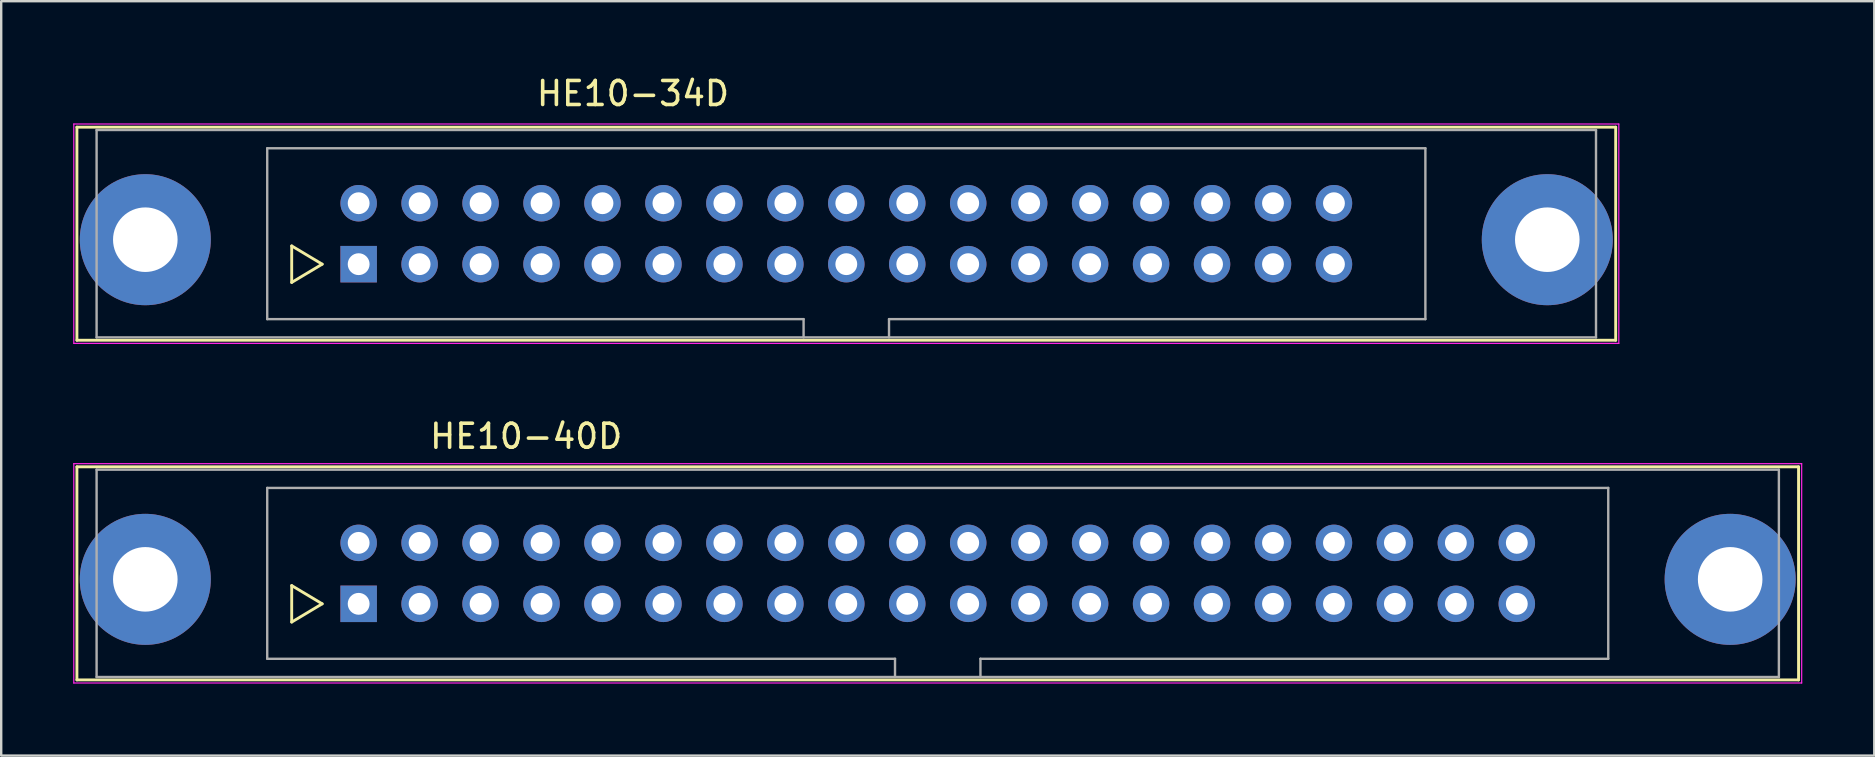
<source format=kicad_pcb>
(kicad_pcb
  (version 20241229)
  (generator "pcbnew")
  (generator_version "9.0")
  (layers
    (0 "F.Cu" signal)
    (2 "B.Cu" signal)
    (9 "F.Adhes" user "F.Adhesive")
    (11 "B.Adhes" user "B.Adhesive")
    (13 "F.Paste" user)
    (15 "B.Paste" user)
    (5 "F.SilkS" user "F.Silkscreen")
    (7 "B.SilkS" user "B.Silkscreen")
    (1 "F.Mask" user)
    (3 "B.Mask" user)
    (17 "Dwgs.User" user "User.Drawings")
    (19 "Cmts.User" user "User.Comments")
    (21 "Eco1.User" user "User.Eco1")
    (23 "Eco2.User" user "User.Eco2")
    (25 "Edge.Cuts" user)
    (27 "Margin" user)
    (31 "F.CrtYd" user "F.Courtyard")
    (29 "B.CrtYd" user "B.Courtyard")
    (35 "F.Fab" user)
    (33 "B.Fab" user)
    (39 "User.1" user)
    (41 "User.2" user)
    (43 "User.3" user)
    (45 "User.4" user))
  (footprint "HE10-34D"
    (layer "F.Cu")
    (at 11.895 7.958)
    (property "Reference" "HE10-34D" (at 11.43 -7.11 0) (layer "F.SilkS") (effects (font (size 1 1) (thickness 0.15))))
    (attr through_hole)
    (fp_line (start -11.74 -5.71) (end -11.74 3.17) (stroke (width 0.12) (type solid)) (layer "F.SilkS"))
    (fp_line (start -11.74 -5.71) (end 52.38 -5.71) (stroke (width 0.12) (type solid)) (layer "F.SilkS"))
    (fp_line (start -2.79 -0.76) (end -2.79 0.76) (stroke (width 0.12) (type solid)) (layer "F.SilkS"))
    (fp_line (start -2.79 0.76) (end -1.52 0) (stroke (width 0.12) (type solid)) (layer "F.SilkS"))
    (fp_line (start -1.52 0) (end -2.79 -0.76) (stroke (width 0.12) (type solid)) (layer "F.SilkS"))
    (fp_line (start 52.38 3.17) (end -11.74 3.17) (stroke (width 0.12) (type solid)) (layer "F.SilkS"))
    (fp_line (start 52.38 3.17) (end 52.38 -5.71) (stroke (width 0.12) (type solid)) (layer "F.SilkS"))
    (fp_line (start -11.87 -5.84) (end -11.87 3.3) (stroke (width 0.05) (type solid)) (layer "F.CrtYd"))
    (fp_line (start -11.87 -5.84) (end 52.51 -5.84) (stroke (width 0.05) (type solid)) (layer "F.CrtYd"))
    (fp_line (start 52.51 3.3) (end -11.87 3.3) (stroke (width 0.05) (type solid)) (layer "F.CrtYd"))
    (fp_line (start 52.51 3.3) (end 52.51 -5.84) (stroke (width 0.05) (type solid)) (layer "F.CrtYd"))
    (fp_line (start -10.92 -5.59) (end -10.92 3.05) (stroke (width 0.1) (type solid)) (layer "F.Fab"))
    (fp_line (start -10.92 3.05) (end 51.56 3.05) (stroke (width 0.1) (type solid)) (layer "F.Fab"))
    (fp_line (start -3.81 -4.83) (end 44.45 -4.83) (stroke (width 0.1) (type solid)) (layer "F.Fab"))
    (fp_line (start -3.81 2.29) (end -3.81 -4.83) (stroke (width 0.1) (type solid)) (layer "F.Fab"))
    (fp_line (start 18.54 2.29) (end -3.81 2.29) (stroke (width 0.1) (type solid)) (layer "F.Fab"))
    (fp_line (start 18.54 3.05) (end 18.54 2.29) (stroke (width 0.1) (type solid)) (layer "F.Fab"))
    (fp_line (start 22.1 2.29) (end 22.1 3.05) (stroke (width 0.1) (type solid)) (layer "F.Fab"))
    (fp_line (start 44.45 -4.83) (end 44.45 2.29) (stroke (width 0.1) (type solid)) (layer "F.Fab"))
    (fp_line (start 44.45 2.29) (end 22.1 2.29) (stroke (width 0.1) (type solid)) (layer "F.Fab"))
    (fp_line (start 51.56 -5.59) (end -10.92 -5.59) (stroke (width 0.1) (type solid)) (layer "F.Fab"))
    (fp_line (start 51.56 3.05) (end 51.56 -5.59) (stroke (width 0.1) (type solid)) (layer "F.Fab"))
    (pad "" thru_hole circle (at -8.89 -1.02) (size 5.46 5.46) (drill 2.69) (layers "*.Cu" "*.Mask"))
    (pad "" thru_hole circle (at 49.53 -1.02) (size 5.46 5.46) (drill 2.69) (layers "*.Cu" "*.Mask"))
    (pad "1" thru_hole rect (at 0 0) (size 1.52 1.52) (drill 0.91) (layers "*.Cu" "*.Mask"))
    (pad "2" thru_hole circle (at 0 -2.54) (size 1.52 1.52) (drill 0.91) (layers "*.Cu" "*.Mask"))
    (pad "3" thru_hole circle (at 2.54 0) (size 1.52 1.52) (drill 0.91) (layers "*.Cu" "*.Mask"))
    (pad "4" thru_hole circle (at 2.54 -2.54) (size 1.52 1.52) (drill 0.91) (layers "*.Cu" "*.Mask"))
    (pad "5" thru_hole circle (at 5.08 0) (size 1.52 1.52) (drill 0.91) (layers "*.Cu" "*.Mask"))
    (pad "6" thru_hole circle (at 5.08 -2.54) (size 1.52 1.52) (drill 0.91) (layers "*.Cu" "*.Mask"))
    (pad "7" thru_hole circle (at 7.62 0) (size 1.52 1.52) (drill 0.91) (layers "*.Cu" "*.Mask"))
    (pad "8" thru_hole circle (at 7.62 -2.54) (size 1.52 1.52) (drill 0.91) (layers "*.Cu" "*.Mask"))
    (pad "9" thru_hole circle (at 10.16 0) (size 1.52 1.52) (drill 0.91) (layers "*.Cu" "*.Mask"))
    (pad "10" thru_hole circle (at 10.16 -2.54) (size 1.52 1.52) (drill 0.91) (layers "*.Cu" "*.Mask"))
    (pad "11" thru_hole circle (at 12.7 0) (size 1.52 1.52) (drill 0.91) (layers "*.Cu" "*.Mask"))
    (pad "12" thru_hole circle (at 12.7 -2.54) (size 1.52 1.52) (drill 0.91) (layers "*.Cu" "*.Mask"))
    (pad "13" thru_hole circle (at 15.24 0) (size 1.52 1.52) (drill 0.91) (layers "*.Cu" "*.Mask"))
    (pad "14" thru_hole circle (at 15.24 -2.54) (size 1.52 1.52) (drill 0.91) (layers "*.Cu" "*.Mask"))
    (pad "15" thru_hole circle (at 17.78 0) (size 1.52 1.52) (drill 0.91) (layers "*.Cu" "*.Mask"))
    (pad "16" thru_hole circle (at 17.78 -2.54) (size 1.52 1.52) (drill 0.91) (layers "*.Cu" "*.Mask"))
    (pad "17" thru_hole circle (at 20.32 0) (size 1.52 1.52) (drill 0.91) (layers "*.Cu" "*.Mask"))
    (pad "18" thru_hole circle (at 20.32 -2.54) (size 1.52 1.52) (drill 0.91) (layers "*.Cu" "*.Mask"))
    (pad "19" thru_hole circle (at 22.86 0) (size 1.52 1.52) (drill 0.91) (layers "*.Cu" "*.Mask"))
    (pad "20" thru_hole circle (at 22.86 -2.54) (size 1.52 1.52) (drill 0.91) (layers "*.Cu" "*.Mask"))
    (pad "21" thru_hole circle (at 25.4 0) (size 1.52 1.52) (drill 0.91) (layers "*.Cu" "*.Mask"))
    (pad "22" thru_hole circle (at 25.4 -2.54) (size 1.52 1.52) (drill 0.91) (layers "*.Cu" "*.Mask"))
    (pad "23" thru_hole circle (at 27.94 0) (size 1.52 1.52) (drill 0.91) (layers "*.Cu" "*.Mask"))
    (pad "24" thru_hole circle (at 27.94 -2.54) (size 1.52 1.52) (drill 0.91) (layers "*.Cu" "*.Mask"))
    (pad "25" thru_hole circle (at 30.48 0) (size 1.52 1.52) (drill 0.91) (layers "*.Cu" "*.Mask"))
    (pad "26" thru_hole circle (at 30.48 -2.54) (size 1.52 1.52) (drill 0.91) (layers "*.Cu" "*.Mask"))
    (pad "27" thru_hole circle (at 33.02 0) (size 1.52 1.52) (drill 0.91) (layers "*.Cu" "*.Mask"))
    (pad "28" thru_hole circle (at 33.02 -2.54) (size 1.52 1.52) (drill 0.91) (layers "*.Cu" "*.Mask"))
    (pad "29" thru_hole circle (at 35.56 0) (size 1.52 1.52) (drill 0.91) (layers "*.Cu" "*.Mask"))
    (pad "30" thru_hole circle (at 35.56 -2.54) (size 1.52 1.52) (drill 0.91) (layers "*.Cu" "*.Mask"))
    (pad "31" thru_hole circle (at 38.1 0) (size 1.52 1.52) (drill 0.91) (layers "*.Cu" "*.Mask"))
    (pad "32" thru_hole circle (at 38.1 -2.54) (size 1.52 1.52) (drill 0.91) (layers "*.Cu" "*.Mask"))
    (pad "33" thru_hole circle (at 40.64 0) (size 1.52 1.52) (drill 0.91) (layers "*.Cu" "*.Mask"))
    (pad "34" thru_hole circle (at 40.64 -2.54) (size 1.52 1.52) (drill 0.91) (layers "*.Cu" "*.Mask")))
  (footprint "HE10-40D"
    (layer "F.Cu")
    (at 11.895 22.111)
    (property "Reference" "HE10-40D" (at 6.98 -6.98 0) (layer "F.SilkS") (effects (font (size 1 1) (thickness 0.15))))
    (attr through_hole)
    (fp_line (start -11.74 -5.71) (end -11.74 3.17) (stroke (width 0.12) (type solid)) (layer "F.SilkS"))
    (fp_line (start -11.74 -5.71) (end 60 -5.71) (stroke (width 0.12) (type solid)) (layer "F.SilkS"))
    (fp_line (start -2.79 -0.76) (end -2.79 0.76) (stroke (width 0.12) (type solid)) (layer "F.SilkS"))
    (fp_line (start -2.79 0.76) (end -1.52 0) (stroke (width 0.12) (type solid)) (layer "F.SilkS"))
    (fp_line (start -1.52 0) (end -2.79 -0.76) (stroke (width 0.12) (type solid)) (layer "F.SilkS"))
    (fp_line (start 60 3.17) (end -11.74 3.17) (stroke (width 0.12) (type solid)) (layer "F.SilkS"))
    (fp_line (start 60 3.17) (end 60 -5.71) (stroke (width 0.12) (type solid)) (layer "F.SilkS"))
    (fp_line (start -11.87 -5.84) (end -11.87 3.3) (stroke (width 0.05) (type solid)) (layer "F.CrtYd"))
    (fp_line (start -11.87 -5.84) (end 60.13 -5.84) (stroke (width 0.05) (type solid)) (layer "F.CrtYd"))
    (fp_line (start 60.13 3.3) (end -11.87 3.3) (stroke (width 0.05) (type solid)) (layer "F.CrtYd"))
    (fp_line (start 60.13 3.3) (end 60.13 -5.84) (stroke (width 0.05) (type solid)) (layer "F.CrtYd"))
    (fp_line (start -10.92 -5.59) (end -10.92 3.05) (stroke (width 0.1) (type solid)) (layer "F.Fab"))
    (fp_line (start -10.92 3.05) (end 59.18 3.05) (stroke (width 0.1) (type solid)) (layer "F.Fab"))
    (fp_line (start -3.81 -4.83) (end 52.07 -4.83) (stroke (width 0.1) (type solid)) (layer "F.Fab"))
    (fp_line (start -3.81 2.29) (end -3.81 -4.83) (stroke (width 0.1) (type solid)) (layer "F.Fab"))
    (fp_line (start 22.35 2.29) (end -3.81 2.29) (stroke (width 0.1) (type solid)) (layer "F.Fab"))
    (fp_line (start 22.35 3.05) (end 22.35 2.29) (stroke (width 0.1) (type solid)) (layer "F.Fab"))
    (fp_line (start 25.91 2.29) (end 25.91 3.05) (stroke (width 0.1) (type solid)) (layer "F.Fab"))
    (fp_line (start 52.07 -4.83) (end 52.07 2.29) (stroke (width 0.1) (type solid)) (layer "F.Fab"))
    (fp_line (start 52.07 2.29) (end 25.91 2.29) (stroke (width 0.1) (type solid)) (layer "F.Fab"))
    (fp_line (start 59.18 -5.59) (end -10.92 -5.59) (stroke (width 0.1) (type solid)) (layer "F.Fab"))
    (fp_line (start 59.18 3.05) (end 59.18 -5.59) (stroke (width 0.1) (type solid)) (layer "F.Fab"))
    (pad "" thru_hole circle (at -8.89 -1.02) (size 5.46 5.46) (drill 2.69) (layers "*.Cu" "*.Mask"))
    (pad "" thru_hole circle (at 57.15 -1.02) (size 5.46 5.46) (drill 2.69) (layers "*.Cu" "*.Mask"))
    (pad "1" thru_hole rect (at 0 0) (size 1.52 1.52) (drill 0.91) (layers "*.Cu" "*.Mask"))
    (pad "2" thru_hole circle (at 0 -2.54) (size 1.52 1.52) (drill 0.91) (layers "*.Cu" "*.Mask"))
    (pad "3" thru_hole circle (at 2.54 0) (size 1.52 1.52) (drill 0.91) (layers "*.Cu" "*.Mask"))
    (pad "4" thru_hole circle (at 2.54 -2.54) (size 1.52 1.52) (drill 0.91) (layers "*.Cu" "*.Mask"))
    (pad "5" thru_hole circle (at 5.08 0) (size 1.52 1.52) (drill 0.91) (layers "*.Cu" "*.Mask"))
    (pad "6" thru_hole circle (at 5.08 -2.54) (size 1.52 1.52) (drill 0.91) (layers "*.Cu" "*.Mask"))
    (pad "7" thru_hole circle (at 7.62 0) (size 1.52 1.52) (drill 0.91) (layers "*.Cu" "*.Mask"))
    (pad "8" thru_hole circle (at 7.62 -2.54) (size 1.52 1.52) (drill 0.91) (layers "*.Cu" "*.Mask"))
    (pad "9" thru_hole circle (at 10.16 0) (size 1.52 1.52) (drill 0.91) (layers "*.Cu" "*.Mask"))
    (pad "10" thru_hole circle (at 10.16 -2.54) (size 1.52 1.52) (drill 0.91) (layers "*.Cu" "*.Mask"))
    (pad "11" thru_hole circle (at 12.7 0) (size 1.52 1.52) (drill 0.91) (layers "*.Cu" "*.Mask"))
    (pad "12" thru_hole circle (at 12.7 -2.54) (size 1.52 1.52) (drill 0.91) (layers "*.Cu" "*.Mask"))
    (pad "13" thru_hole circle (at 15.24 0) (size 1.52 1.52) (drill 0.91) (layers "*.Cu" "*.Mask"))
    (pad "14" thru_hole circle (at 15.24 -2.54) (size 1.52 1.52) (drill 0.91) (layers "*.Cu" "*.Mask"))
    (pad "15" thru_hole circle (at 17.78 0) (size 1.52 1.52) (drill 0.91) (layers "*.Cu" "*.Mask"))
    (pad "16" thru_hole circle (at 17.78 -2.54) (size 1.52 1.52) (drill 0.91) (layers "*.Cu" "*.Mask"))
    (pad "17" thru_hole circle (at 20.32 0) (size 1.52 1.52) (drill 0.91) (layers "*.Cu" "*.Mask"))
    (pad "18" thru_hole circle (at 20.32 -2.54) (size 1.52 1.52) (drill 0.91) (layers "*.Cu" "*.Mask"))
    (pad "19" thru_hole circle (at 22.86 0) (size 1.52 1.52) (drill 0.91) (layers "*.Cu" "*.Mask"))
    (pad "20" thru_hole circle (at 22.86 -2.54) (size 1.52 1.52) (drill 0.91) (layers "*.Cu" "*.Mask"))
    (pad "21" thru_hole circle (at 25.4 0) (size 1.52 1.52) (drill 0.91) (layers "*.Cu" "*.Mask"))
    (pad "22" thru_hole circle (at 25.4 -2.54) (size 1.52 1.52) (drill 0.91) (layers "*.Cu" "*.Mask"))
    (pad "23" thru_hole circle (at 27.94 0) (size 1.52 1.52) (drill 0.91) (layers "*.Cu" "*.Mask"))
    (pad "24" thru_hole circle (at 27.94 -2.54) (size 1.52 1.52) (drill 0.91) (layers "*.Cu" "*.Mask"))
    (pad "25" thru_hole circle (at 30.48 0) (size 1.52 1.52) (drill 0.91) (layers "*.Cu" "*.Mask"))
    (pad "26" thru_hole circle (at 30.48 -2.54) (size 1.52 1.52) (drill 0.91) (layers "*.Cu" "*.Mask"))
    (pad "27" thru_hole circle (at 33.02 0) (size 1.52 1.52) (drill 0.91) (layers "*.Cu" "*.Mask"))
    (pad "28" thru_hole circle (at 33.02 -2.54) (size 1.52 1.52) (drill 0.91) (layers "*.Cu" "*.Mask"))
    (pad "29" thru_hole circle (at 35.56 0) (size 1.52 1.52) (drill 0.91) (layers "*.Cu" "*.Mask"))
    (pad "30" thru_hole circle (at 35.56 -2.54) (size 1.52 1.52) (drill 0.91) (layers "*.Cu" "*.Mask"))
    (pad "31" thru_hole circle (at 38.1 0) (size 1.52 1.52) (drill 0.91) (layers "*.Cu" "*.Mask"))
    (pad "32" thru_hole circle (at 38.1 -2.54) (size 1.52 1.52) (drill 0.91) (layers "*.Cu" "*.Mask"))
    (pad "33" thru_hole circle (at 40.64 0) (size 1.52 1.52) (drill 0.91) (layers "*.Cu" "*.Mask"))
    (pad "34" thru_hole circle (at 40.64 -2.54) (size 1.52 1.52) (drill 0.91) (layers "*.Cu" "*.Mask"))
    (pad "35" thru_hole circle (at 43.18 0) (size 1.52 1.52) (drill 0.91) (layers "*.Cu" "*.Mask"))
    (pad "36" thru_hole circle (at 43.18 -2.54) (size 1.52 1.52) (drill 0.91) (layers "*.Cu" "*.Mask"))
    (pad "37" thru_hole circle (at 45.72 0) (size 1.52 1.52) (drill 0.91) (layers "*.Cu" "*.Mask"))
    (pad "38" thru_hole circle (at 45.72 -2.54) (size 1.52 1.52) (drill 0.91) (layers "*.Cu" "*.Mask"))
    (pad "39" thru_hole circle (at 48.26 0) (size 1.52 1.52) (drill 0.91) (layers "*.Cu" "*.Mask"))
    (pad "40" thru_hole circle (at 48.26 -2.54) (size 1.52 1.52) (drill 0.91) (layers "*.Cu" "*.Mask")))
  (gr_rect
    (start -3 -3)
    (end 75.05 28.436)
    (stroke (width 0.1) (type default))
    (fill no)
    (layer "Edge.Cuts")))
</source>
